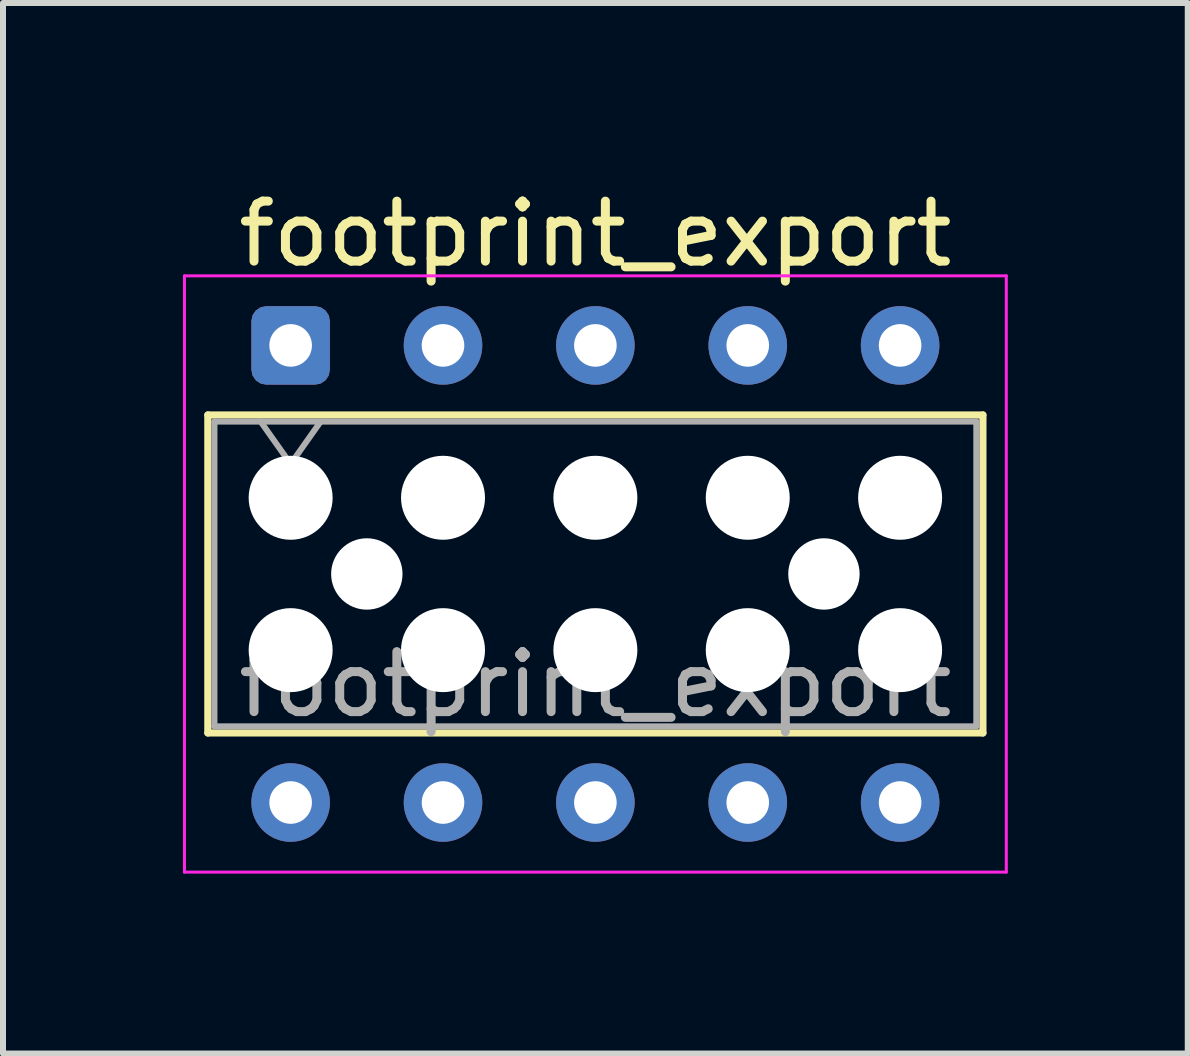
<source format=kicad_pcb>
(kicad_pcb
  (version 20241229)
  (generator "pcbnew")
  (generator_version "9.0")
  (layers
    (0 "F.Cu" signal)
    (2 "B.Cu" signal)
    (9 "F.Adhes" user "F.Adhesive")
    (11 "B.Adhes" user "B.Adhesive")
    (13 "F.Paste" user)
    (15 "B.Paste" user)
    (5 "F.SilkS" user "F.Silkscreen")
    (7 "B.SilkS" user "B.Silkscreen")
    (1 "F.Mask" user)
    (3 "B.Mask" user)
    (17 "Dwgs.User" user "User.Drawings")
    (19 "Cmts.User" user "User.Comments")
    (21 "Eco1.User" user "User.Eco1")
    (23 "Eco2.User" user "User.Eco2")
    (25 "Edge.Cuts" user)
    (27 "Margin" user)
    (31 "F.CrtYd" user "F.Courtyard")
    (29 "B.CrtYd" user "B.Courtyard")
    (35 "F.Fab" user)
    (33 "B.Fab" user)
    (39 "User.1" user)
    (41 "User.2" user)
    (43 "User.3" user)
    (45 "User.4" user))
  (footprint "footprint_export"
    (layer "F.Cu")
    (at 1.795 2.708)
    (property "Reference" "footprint_export" (at 5.08 -1.86 0) (layer "F.SilkS") (effects (font (size 1 1) (thickness 0.15))))
    (attr through_hole)
    (fp_line (start -1.38 1.16) (end 11.54 1.16) (stroke (width 0.12) (type solid)) (layer "F.SilkS"))
    (fp_line (start -1.38 6.46) (end -1.38 1.16) (stroke (width 0.12) (type solid)) (layer "F.SilkS"))
    (fp_line (start 11.54 1.16) (end 11.54 6.46) (stroke (width 0.12) (type solid)) (layer "F.SilkS"))
    (fp_line (start 11.54 6.46) (end -1.38 6.46) (stroke (width 0.12) (type solid)) (layer "F.SilkS"))
    (fp_line (start -1.77 -1.16) (end 11.93 -1.16) (stroke (width 0.05) (type solid)) (layer "F.CrtYd"))
    (fp_line (start -1.77 8.78) (end -1.77 -1.16) (stroke (width 0.05) (type solid)) (layer "F.CrtYd"))
    (fp_line (start 11.93 -1.16) (end 11.93 8.78) (stroke (width 0.05) (type solid)) (layer "F.CrtYd"))
    (fp_line (start 11.93 8.78) (end -1.77 8.78) (stroke (width 0.05) (type solid)) (layer "F.CrtYd"))
    (fp_line (start -1.27 1.27) (end 11.43 1.27) (stroke (width 0.1) (type solid)) (layer "F.Fab"))
    (fp_line (start -1.27 6.35) (end -1.27 1.27) (stroke (width 0.1) (type solid)) (layer "F.Fab"))
    (fp_line (start -0.5 1.27) (end 0 1.977) (stroke (width 0.1) (type solid)) (layer "F.Fab"))
    (fp_line (start 0 1.977) (end 0.5 1.27) (stroke (width 0.1) (type solid)) (layer "F.Fab"))
    (fp_line (start 11.43 1.27) (end 11.43 6.35) (stroke (width 0.1) (type solid)) (layer "F.Fab"))
    (fp_line (start 11.43 6.35) (end -1.27 6.35) (stroke (width 0.1) (type solid)) (layer "F.Fab"))
    (fp_text user "${REFERENCE}" (at 5.08 5.65 0) (layer "F.Fab") (effects (font (size 1 1) (thickness 0.15))))
    (pad "" np_thru_hole circle (at 0 2.54) (size 1.4 1.4) (drill 1.4) (layers "*.Cu" "*.Mask"))
    (pad "" np_thru_hole circle (at 0 5.08) (size 1.4 1.4) (drill 1.4) (layers "*.Cu" "*.Mask"))
    (pad "" np_thru_hole circle (at 1.27 3.81) (size 1.19 1.19) (drill 1.19) (layers "*.Cu" "*.Mask"))
    (pad "" np_thru_hole circle (at 2.54 2.54) (size 1.4 1.4) (drill 1.4) (layers "*.Cu" "*.Mask"))
    (pad "" np_thru_hole circle (at 2.54 5.08) (size 1.4 1.4) (drill 1.4) (layers "*.Cu" "*.Mask"))
    (pad "" np_thru_hole circle (at 5.08 2.54) (size 1.4 1.4) (drill 1.4) (layers "*.Cu" "*.Mask"))
    (pad "" np_thru_hole circle (at 5.08 5.08) (size 1.4 1.4) (drill 1.4) (layers "*.Cu" "*.Mask"))
    (pad "" np_thru_hole circle (at 7.62 2.54) (size 1.4 1.4) (drill 1.4) (layers "*.Cu" "*.Mask"))
    (pad "" np_thru_hole circle (at 7.62 5.08) (size 1.4 1.4) (drill 1.4) (layers "*.Cu" "*.Mask"))
    (pad "" np_thru_hole circle (at 8.89 3.81) (size 1.19 1.19) (drill 1.19) (layers "*.Cu" "*.Mask"))
    (pad "" np_thru_hole circle (at 10.16 2.54) (size 1.4 1.4) (drill 1.4) (layers "*.Cu" "*.Mask"))
    (pad "" np_thru_hole circle (at 10.16 5.08) (size 1.4 1.4) (drill 1.4) (layers "*.Cu" "*.Mask"))
    (pad "1" thru_hole roundrect (at 0 0) (size 1.31 1.31) (drill 0.71) (layers "*.Cu" "*.Mask") (roundrect_rratio 0.191))
    (pad "2" thru_hole circle (at 0 7.62) (size 1.31 1.31) (drill 0.71) (layers "*.Cu" "*.Mask"))
    (pad "3" thru_hole circle (at 2.54 0) (size 1.31 1.31) (drill 0.71) (layers "*.Cu" "*.Mask"))
    (pad "4" thru_hole circle (at 2.54 7.62) (size 1.31 1.31) (drill 0.71) (layers "*.Cu" "*.Mask"))
    (pad "5" thru_hole circle (at 5.08 0) (size 1.31 1.31) (drill 0.71) (layers "*.Cu" "*.Mask"))
    (pad "6" thru_hole circle (at 5.08 7.62) (size 1.31 1.31) (drill 0.71) (layers "*.Cu" "*.Mask"))
    (pad "7" thru_hole circle (at 7.62 0) (size 1.31 1.31) (drill 0.71) (layers "*.Cu" "*.Mask"))
    (pad "8" thru_hole circle (at 7.62 7.62) (size 1.31 1.31) (drill 0.71) (layers "*.Cu" "*.Mask"))
    (pad "9" thru_hole circle (at 10.16 0) (size 1.31 1.31) (drill 0.71) (layers "*.Cu" "*.Mask"))
    (pad "10" thru_hole circle (at 10.16 7.62) (size 1.31 1.31) (drill 0.71) (layers "*.Cu" "*.Mask")))
  (gr_rect
    (start -3 -3)
    (end 16.75 14.513)
    (stroke (width 0.1) (type default))
    (fill no)
    (layer "Edge.Cuts")))
</source>
